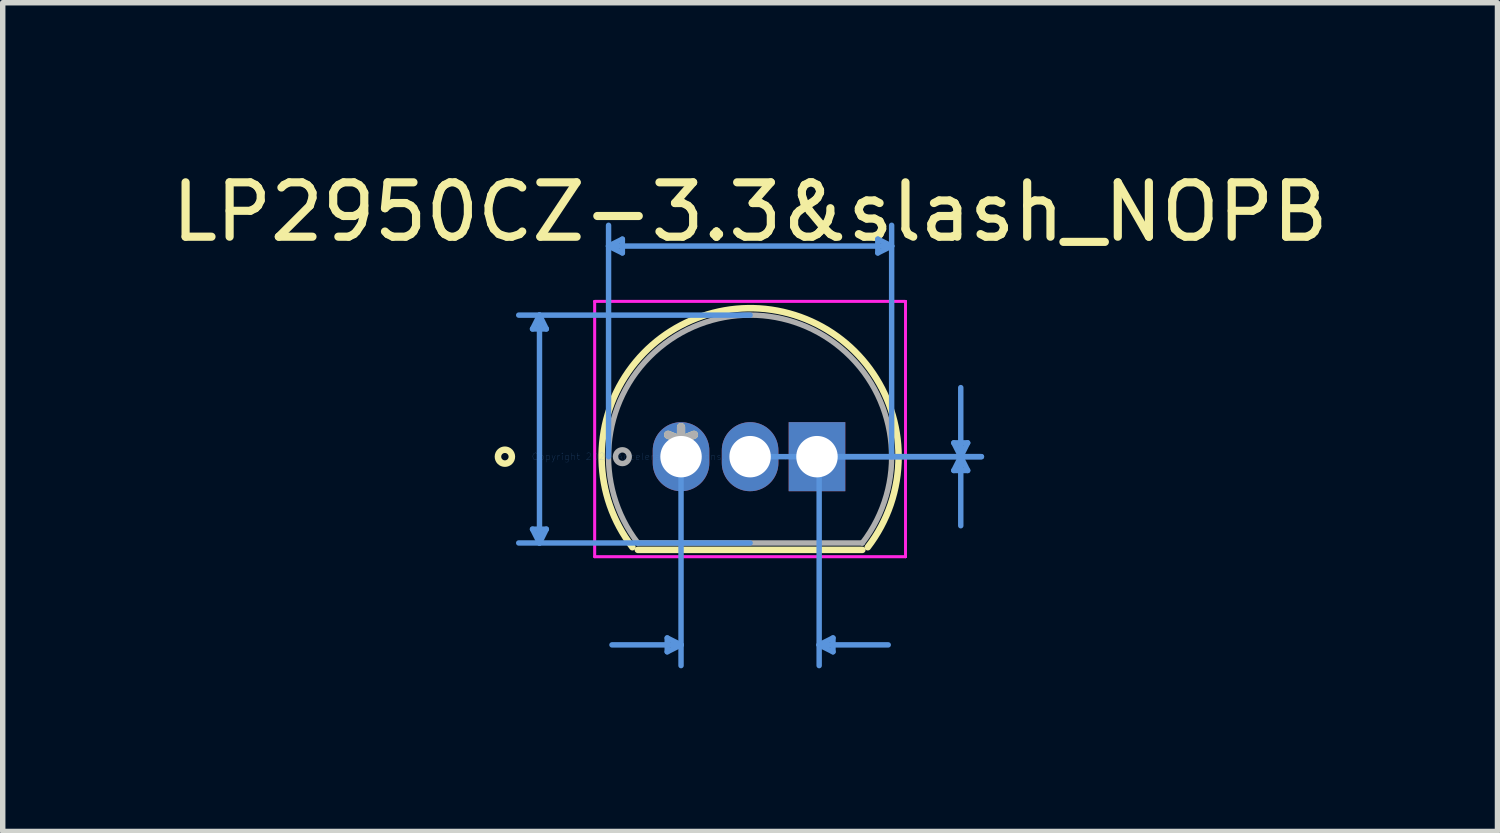
<source format=kicad_pcb>
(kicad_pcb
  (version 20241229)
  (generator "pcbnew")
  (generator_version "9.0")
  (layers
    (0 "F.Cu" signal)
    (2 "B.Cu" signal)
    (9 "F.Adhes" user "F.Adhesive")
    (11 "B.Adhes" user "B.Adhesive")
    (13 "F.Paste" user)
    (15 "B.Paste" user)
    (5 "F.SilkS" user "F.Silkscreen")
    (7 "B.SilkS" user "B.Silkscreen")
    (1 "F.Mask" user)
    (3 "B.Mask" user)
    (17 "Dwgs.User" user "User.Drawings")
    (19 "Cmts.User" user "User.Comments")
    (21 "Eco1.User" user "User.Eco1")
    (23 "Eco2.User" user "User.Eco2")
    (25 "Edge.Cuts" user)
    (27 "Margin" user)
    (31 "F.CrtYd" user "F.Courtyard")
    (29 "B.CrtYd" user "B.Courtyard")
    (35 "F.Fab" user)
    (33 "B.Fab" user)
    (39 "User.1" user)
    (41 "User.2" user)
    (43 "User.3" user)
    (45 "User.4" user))
  (footprint "LP2950CZ-3.3&slash_NOPB"
    (layer "F.Cu")
    (at 9.474 5.348)
    (property "Reference" "LP2950CZ-3.3&slash_NOPB" (at 1.27 -4.5 0) (layer "F.SilkS") (effects (font (size 1 1) (thickness 0.15))))
    (attr through_hole)
    (fp_line (start -0.794 1.714) (end 3.334 1.714) (stroke (width 0.12) (type solid)) (layer "F.SilkS"))
    (fp_arc (start -0.894167 1.664936) (mid 0.39069 -2.585042) (end 4.0005 0) (stroke (width 0.12) (type solid)) (layer "F.SilkS"))
    (fp_arc (start 4.0005 0.000001) (mid 3.855041 0.879313) (end 3.434164 1.66494) (stroke (width 0.12) (type solid)) (layer "F.SilkS"))
    (fp_circle (center -3.239 0) (end -3.111 0) (stroke (width 0.12) (type solid)) (fill no) (layer "F.SilkS"))
    (fp_line (start -2.731 -2.349) (end -2.477 -2.349) (stroke (width 0.1) (type solid)) (layer "Cmts.User"))
    (fp_line (start -2.731 1.333) (end -2.477 1.333) (stroke (width 0.1) (type solid)) (layer "Cmts.User"))
    (fp_line (start -2.603 -2.603) (end -2.731 -2.349) (stroke (width 0.1) (type solid)) (layer "Cmts.User"))
    (fp_line (start -2.603 -2.603) (end -2.603 1.587) (stroke (width 0.1) (type solid)) (layer "Cmts.User"))
    (fp_line (start -2.603 -2.603) (end -2.477 -2.349) (stroke (width 0.1) (type solid)) (layer "Cmts.User"))
    (fp_line (start -2.603 1.587) (end -2.731 1.333) (stroke (width 0.1) (type solid)) (layer "Cmts.User"))
    (fp_line (start -2.603 1.587) (end -2.477 1.333) (stroke (width 0.1) (type solid)) (layer "Cmts.User"))
    (fp_line (start -1.333 -3.873) (end -1.079 -4) (stroke (width 0.1) (type solid)) (layer "Cmts.User"))
    (fp_line (start -1.333 -3.873) (end -1.079 -3.747) (stroke (width 0.1) (type solid)) (layer "Cmts.User"))
    (fp_line (start -1.333 -3.873) (end 3.873 -3.873) (stroke (width 0.1) (type solid)) (layer "Cmts.User"))
    (fp_line (start -1.333 0) (end -1.333 -4.255) (stroke (width 0.1) (type solid)) (layer "Cmts.User"))
    (fp_line (start -1.079 -4) (end -1.079 -3.747) (stroke (width 0.1) (type solid)) (layer "Cmts.User"))
    (fp_line (start -0.254 3.334) (end -0.254 3.588) (stroke (width 0.1) (type solid)) (layer "Cmts.User"))
    (fp_line (start 0 0) (end 0 3.842) (stroke (width 0.1) (type solid)) (layer "Cmts.User"))
    (fp_line (start 0 3.461) (end -1.27 3.461) (stroke (width 0.1) (type solid)) (layer "Cmts.User"))
    (fp_line (start 0 3.461) (end -0.254 3.334) (stroke (width 0.1) (type solid)) (layer "Cmts.User"))
    (fp_line (start 0 3.461) (end -0.254 3.588) (stroke (width 0.1) (type solid)) (layer "Cmts.User"))
    (fp_line (start 1.27 -2.603) (end -2.985 -2.603) (stroke (width 0.1) (type solid)) (layer "Cmts.User"))
    (fp_line (start 1.27 1.587) (end -2.985 1.587) (stroke (width 0.1) (type solid)) (layer "Cmts.User"))
    (fp_line (start 1.524 0) (end 5.524 0) (stroke (width 0.1) (type solid)) (layer "Cmts.User"))
    (fp_line (start 2.54 0) (end 2.54 3.842) (stroke (width 0.1) (type solid)) (layer "Cmts.User"))
    (fp_line (start 2.54 0) (end 5.524 0) (stroke (width 0.1) (type solid)) (layer "Cmts.User"))
    (fp_line (start 2.54 3.461) (end 2.794 3.334) (stroke (width 0.1) (type solid)) (layer "Cmts.User"))
    (fp_line (start 2.54 3.461) (end 2.794 3.588) (stroke (width 0.1) (type solid)) (layer "Cmts.User"))
    (fp_line (start 2.54 3.461) (end 3.81 3.461) (stroke (width 0.1) (type solid)) (layer "Cmts.User"))
    (fp_line (start 2.794 3.334) (end 2.794 3.588) (stroke (width 0.1) (type solid)) (layer "Cmts.User"))
    (fp_line (start 3.619 -4) (end 3.619 -3.747) (stroke (width 0.1) (type solid)) (layer "Cmts.User"))
    (fp_line (start 3.873 -3.873) (end 3.619 -4) (stroke (width 0.1) (type solid)) (layer "Cmts.User"))
    (fp_line (start 3.873 -3.873) (end 3.619 -3.747) (stroke (width 0.1) (type solid)) (layer "Cmts.User"))
    (fp_line (start 3.873 0) (end 3.873 -4.255) (stroke (width 0.1) (type solid)) (layer "Cmts.User"))
    (fp_line (start 5.016 -0.254) (end 5.271 -0.254) (stroke (width 0.1) (type solid)) (layer "Cmts.User"))
    (fp_line (start 5.016 0.254) (end 5.271 0.254) (stroke (width 0.1) (type solid)) (layer "Cmts.User"))
    (fp_line (start 5.144 0) (end 5.016 -0.254) (stroke (width 0.1) (type solid)) (layer "Cmts.User"))
    (fp_line (start 5.144 0) (end 5.016 0.254) (stroke (width 0.1) (type solid)) (layer "Cmts.User"))
    (fp_line (start 5.144 0) (end 5.144 -1.27) (stroke (width 0.1) (type solid)) (layer "Cmts.User"))
    (fp_line (start 5.144 0) (end 5.144 1.27) (stroke (width 0.1) (type solid)) (layer "Cmts.User"))
    (fp_line (start 5.144 0) (end 5.271 -0.254) (stroke (width 0.1) (type solid)) (layer "Cmts.User"))
    (fp_line (start 5.144 0) (end 5.271 0.254) (stroke (width 0.1) (type solid)) (layer "Cmts.User"))
    (fp_line (start -1.587 -2.857) (end 4.128 -2.857) (stroke (width 0.05) (type solid)) (layer "F.CrtYd"))
    (fp_line (start -1.587 -2.857) (end 4.128 -2.857) (stroke (width 0.05) (type solid)) (layer "F.CrtYd"))
    (fp_line (start -1.587 1.841) (end -1.587 -2.857) (stroke (width 0.05) (type solid)) (layer "F.CrtYd"))
    (fp_line (start -1.587 1.841) (end -1.587 -2.857) (stroke (width 0.05) (type solid)) (layer "F.CrtYd"))
    (fp_line (start 4.128 -2.857) (end 4.128 1.841) (stroke (width 0.05) (type solid)) (layer "F.CrtYd"))
    (fp_line (start 4.128 -2.857) (end 4.128 1.841) (stroke (width 0.05) (type solid)) (layer "F.CrtYd"))
    (fp_line (start 4.128 1.841) (end -1.587 1.841) (stroke (width 0.05) (type solid)) (layer "F.CrtYd"))
    (fp_line (start 4.128 1.841) (end -1.587 1.841) (stroke (width 0.05) (type solid)) (layer "F.CrtYd"))
    (fp_line (start -0.794 1.587) (end 3.334 1.587) (stroke (width 0.1) (type solid)) (layer "F.Fab"))
    (fp_line (start -0.254 0) (end 0.254 0) (stroke (width 0.1) (type solid)) (layer "F.Fab"))
    (fp_line (start 0 0.254) (end 0 -0.254) (stroke (width 0.1) (type solid)) (layer "F.Fab"))
    (fp_arc (start -0.793507 1.587499) (mid 1.270001 -2.6035) (end 3.333506 1.5875) (stroke (width 0.1) (type solid)) (layer "F.Fab"))
    (fp_circle (center -1.079 0) (end -0.953 0) (stroke (width 0.1) (type solid)) (fill no) (layer "F.Fab"))
    (fp_text user "*" (at 0 0 0) (layer "F.SilkS") (effects (font (size 1 1) (thickness 0.15))))
    (fp_text user "Copyright 2021 Accelerated Designs. All rights reserved." (at 0 0 0) (layer "Cmts.User") (effects (font (size 0.127 0.127) (thickness 0.002))))
    (fp_text user "*" (at 0 0 0) (layer "F.Fab") (effects (font (size 1 1) (thickness 0.15))))
    (pad "1" thru_hole rect (at 2.5 0) (size 1.041 1.27) (drill 0.762) (layers "*.Cu" "*.Mask"))
    (pad "2" thru_hole oval (at 1.27 0) (size 1.041 1.27) (drill 0.762) (layers "*.Cu" "*.Mask"))
    (pad "3" thru_hole oval (at 0 0) (size 1.041 1.27) (drill 0.762) (layers "*.Cu" "*.Mask")))
  (gr_rect
    (start -3 -3)
    (end 24.488 12.24)
    (stroke (width 0.1) (type default))
    (fill no)
    (layer "Edge.Cuts")))
</source>
